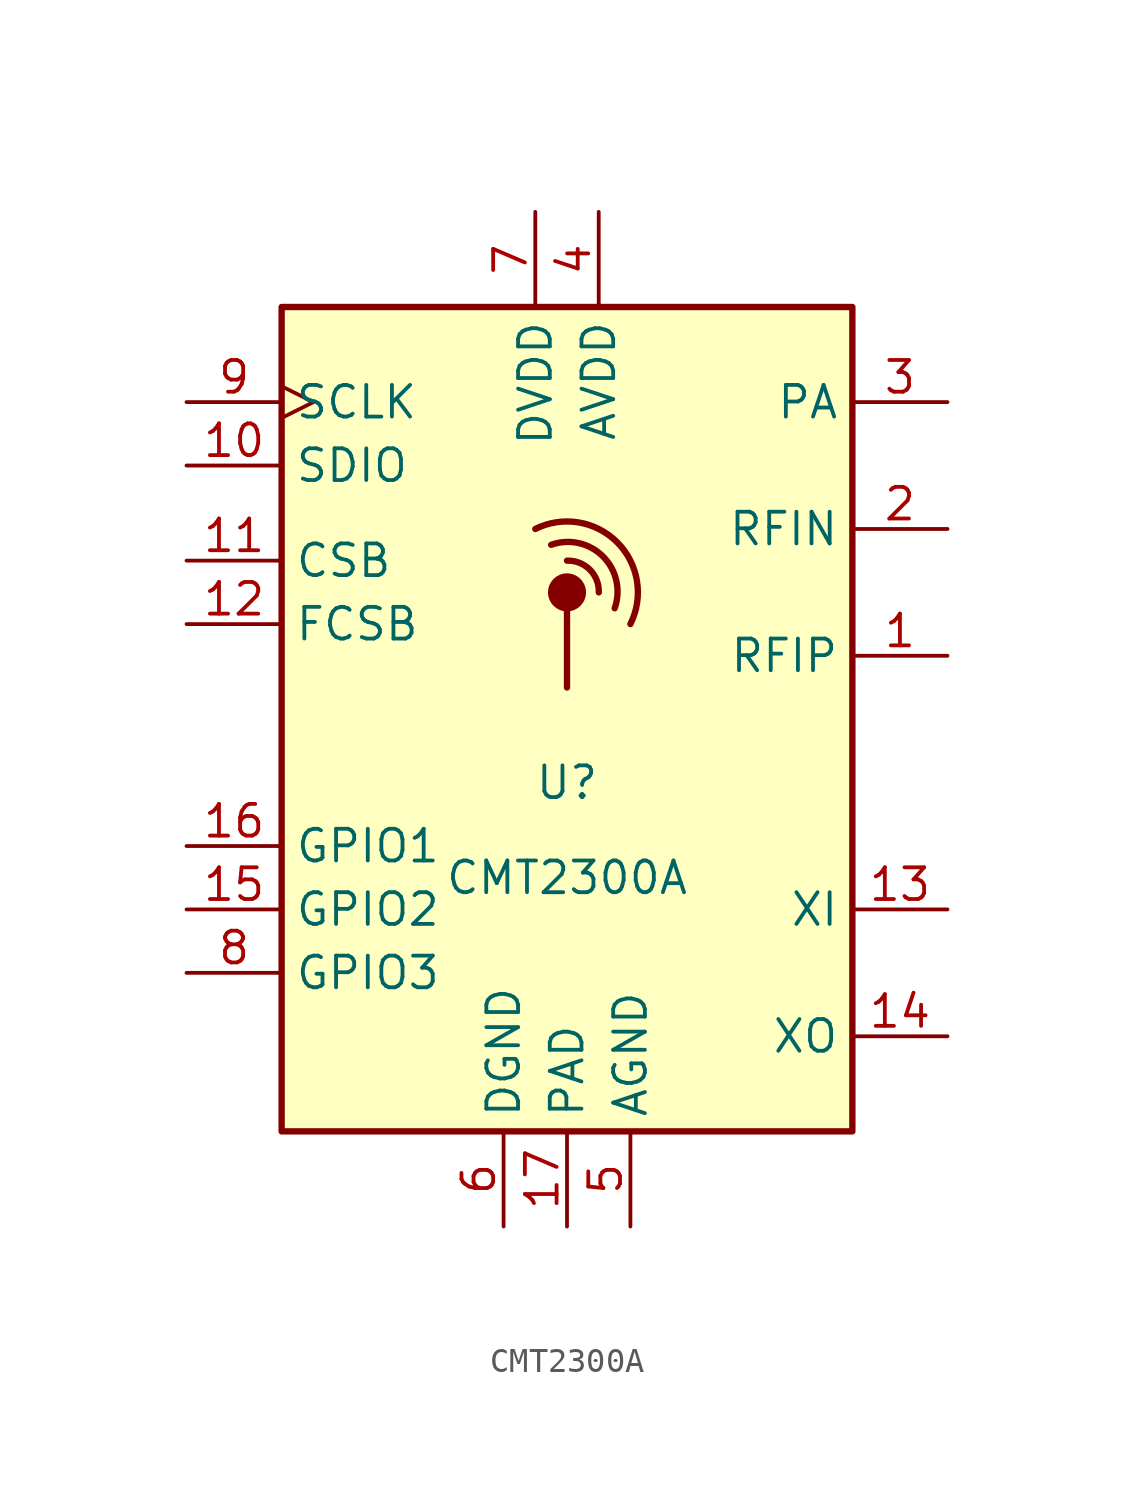
<source format=kicad_sym>
(kicad_symbol_lib
  (version 20211014)
  (generator kicad_symbol_editor)
  (symbol "CMT2300A"
    (property "Reference" "U"
      (at 0 -2.54 0)
      (effects (font (size 1.27 1.27))))
    (property "Value" "CMT2300A"
      (at 0 -6.35 0)
      (effects (font (size 1.27 1.27))))
    (symbol "CMT2300A_0_1"
      (rectangle (start -11.43 16.51) (end 11.43 -16.51) (stroke (width 0.254) (type default) (color 0 0 0 0)) (fill (type background)))
      (polyline (pts (xy 0 4.445) (xy 0 1.27)) (stroke (width 0.254) (type default) (color 0 0 0 0)) (fill (type none)))
      (circle (center 0 5.08) (radius 0.635) (stroke (width 0.254) (type default) (color 0 0 0 0)) (fill (type outline)))
      (arc (start 1.27 5.08) (mid 0.9071 5.9946) (end 0 6.35) (stroke (width 0.254) (type default) (color 0 0 0 0)) (fill (type none)))
      (arc (start 1.905 4.445) (mid 1.4313 6.5254) (end -0.635 6.985) (stroke (width 0.254) (type default) (color 0 0 0 0)) (fill (type none)))
      (arc (start 2.54 3.81) (mid 2.008 7.088) (end -1.27 7.62) (stroke (width 0.254) (type default) (color 0 0 0 0)) (fill (type none)))
      (rectangle (start 11.43 -13.97) (end 11.43 -13.97) (stroke (width 0) (type default) (color 0 0 0 0)) (fill (type none))))
    (symbol "CMT2300A_1_1"
      (pin passive line (at 15.24 2.54 180) (length 3.81) (name "RFIP" (effects (font (size 1.27 1.27)))) (number "1" (effects (font (size 1.27 1.27)))))
      (pin bidirectional line (at -15.24 10.16 0) (length 3.81) (name "SDIO" (effects (font (size 1.27 1.27)))) (number "10" (effects (font (size 1.27 1.27)))))
      (pin input line (at -15.24 6.35 0) (length 3.81) (name "CSB" (effects (font (size 1.27 1.27)))) (number "11" (effects (font (size 1.27 1.27)))))
      (pin input line (at -15.24 3.81 0) (length 3.81) (name "FCSB" (effects (font (size 1.27 1.27)))) (number "12" (effects (font (size 1.27 1.27)))))
      (pin passive line (at 15.24 -7.62 180) (length 3.81) (name "XI" (effects (font (size 1.27 1.27)))) (number "13" (effects (font (size 1.27 1.27)))))
      (pin passive line (at 15.24 -12.7 180) (length 3.81) (name "XO" (effects (font (size 1.27 1.27)))) (number "14" (effects (font (size 1.27 1.27)))))
      (pin output line (at -15.24 -7.62 0) (length 3.81) (name "GPIO2" (effects (font (size 1.27 1.27)))) (number "15" (effects (font (size 1.27 1.27)))))
      (pin input line (at -15.24 -5.08 0) (length 3.81) (name "GPIO1" (effects (font (size 1.27 1.27)))) (number "16" (effects (font (size 1.27 1.27)))))
      (pin power_in line (at 0 -20.32 90) (length 3.81) (name "PAD" (effects (font (size 1.27 1.27)))) (number "17" (effects (font (size 1.27 1.27)))))
      (pin passive line (at 15.24 7.62 180) (length 3.81) (name "RFIN" (effects (font (size 1.27 1.27)))) (number "2" (effects (font (size 1.27 1.27)))))
      (pin power_out line (at 15.24 12.7 180) (length 3.81) (name "PA" (effects (font (size 1.27 1.27)))) (number "3" (effects (font (size 1.27 1.27)))))
      (pin power_in line (at 1.27 20.32 270) (length 3.81) (name "AVDD" (effects (font (size 1.27 1.27)))) (number "4" (effects (font (size 1.27 1.27)))))
      (pin power_in line (at 2.54 -20.32 90) (length 3.81) (name "AGND" (effects (font (size 1.27 1.27)))) (number "5" (effects (font (size 1.27 1.27)))))
      (pin power_in line (at -2.54 -20.32 90) (length 3.81) (name "DGND" (effects (font (size 1.27 1.27)))) (number "6" (effects (font (size 1.27 1.27)))))
      (pin power_in line (at -1.27 20.32 270) (length 3.81) (name "DVDD" (effects (font (size 1.27 1.27)))) (number "7" (effects (font (size 1.27 1.27)))))
      (pin passive line (at -15.24 -10.16 0) (length 3.81) (name "GPIO3" (effects (font (size 1.27 1.27)))) (number "8" (effects (font (size 1.27 1.27)))))
      (pin input clock (at -15.24 12.7 0) (length 3.81) (name "SCLK" (effects (font (size 1.27 1.27)))) (number "9" (effects (font (size 1.27 1.27))))))))
</source>
